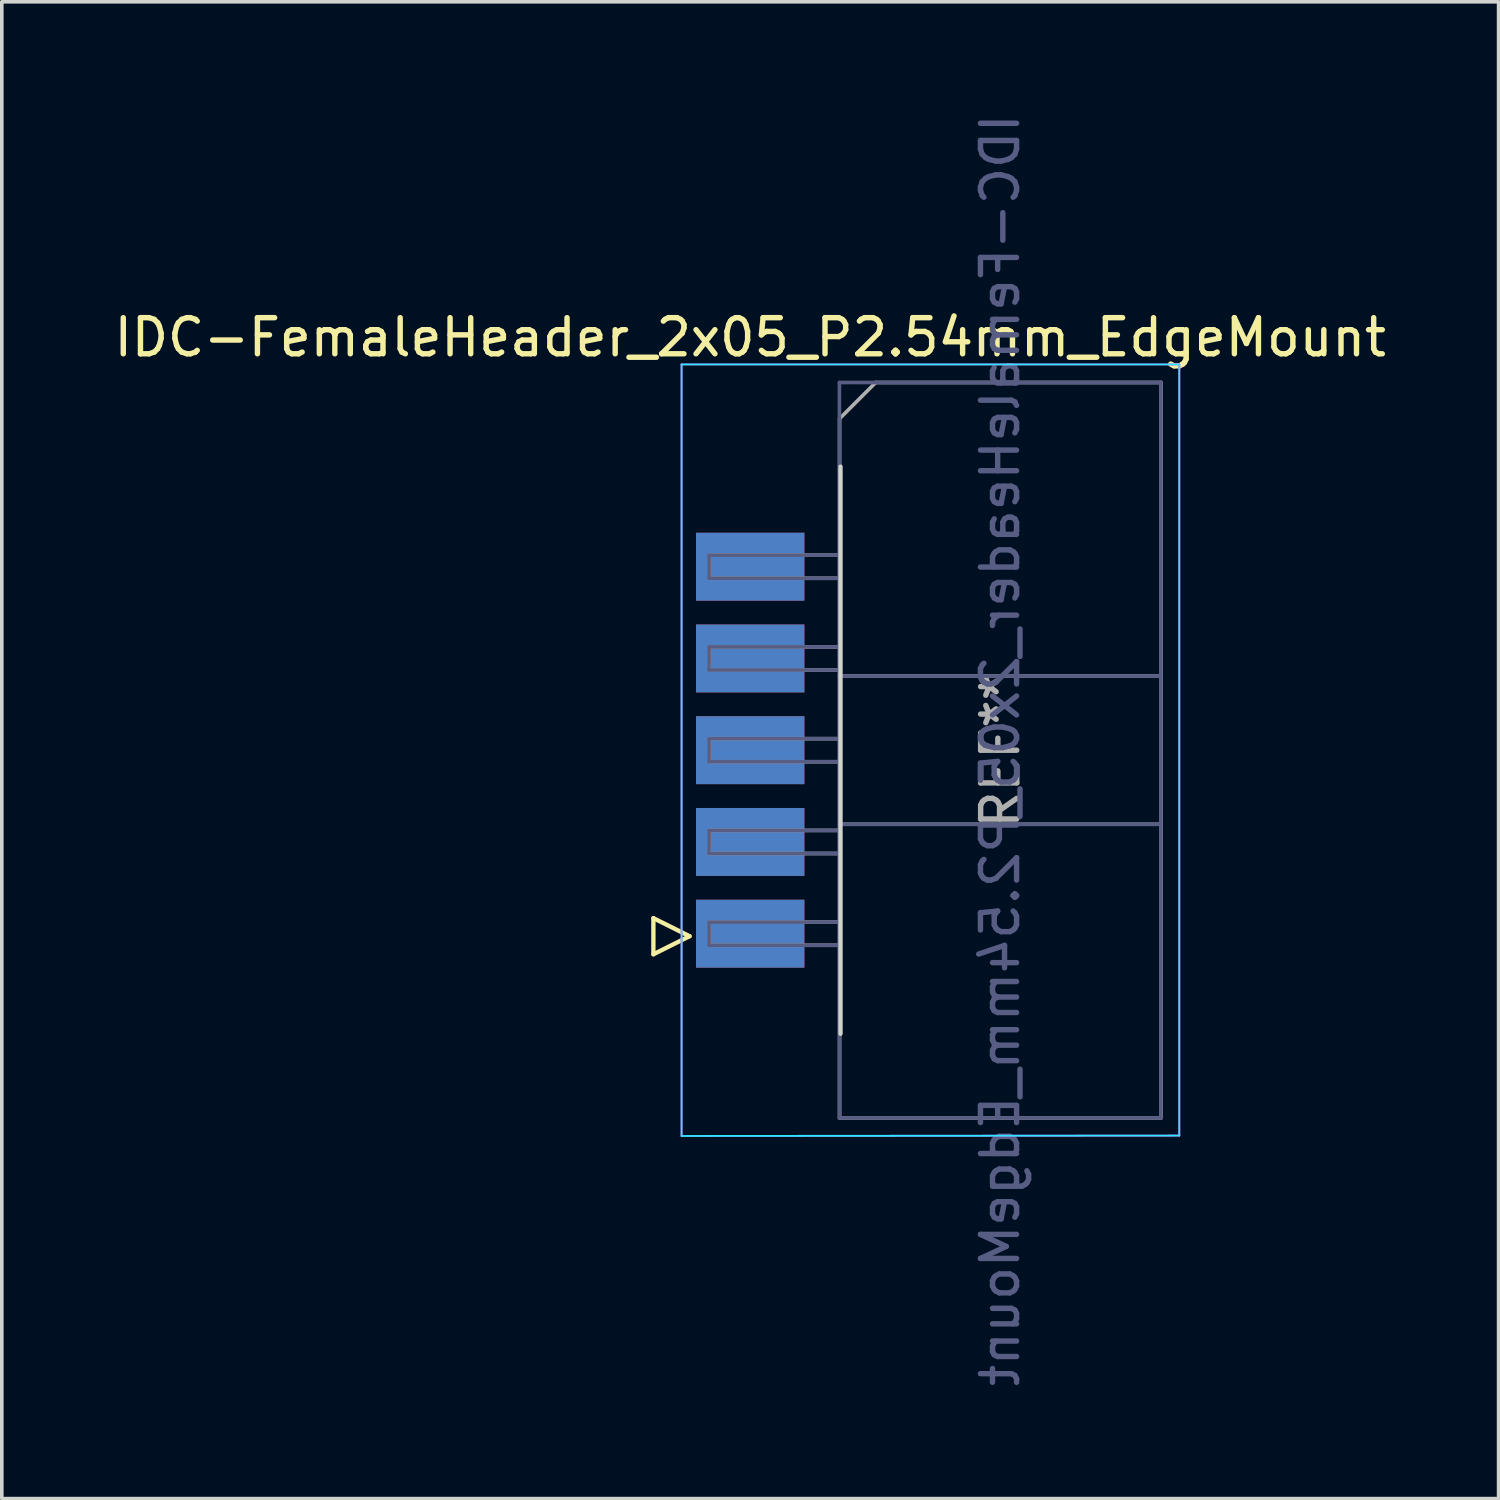
<source format=kicad_pcb>
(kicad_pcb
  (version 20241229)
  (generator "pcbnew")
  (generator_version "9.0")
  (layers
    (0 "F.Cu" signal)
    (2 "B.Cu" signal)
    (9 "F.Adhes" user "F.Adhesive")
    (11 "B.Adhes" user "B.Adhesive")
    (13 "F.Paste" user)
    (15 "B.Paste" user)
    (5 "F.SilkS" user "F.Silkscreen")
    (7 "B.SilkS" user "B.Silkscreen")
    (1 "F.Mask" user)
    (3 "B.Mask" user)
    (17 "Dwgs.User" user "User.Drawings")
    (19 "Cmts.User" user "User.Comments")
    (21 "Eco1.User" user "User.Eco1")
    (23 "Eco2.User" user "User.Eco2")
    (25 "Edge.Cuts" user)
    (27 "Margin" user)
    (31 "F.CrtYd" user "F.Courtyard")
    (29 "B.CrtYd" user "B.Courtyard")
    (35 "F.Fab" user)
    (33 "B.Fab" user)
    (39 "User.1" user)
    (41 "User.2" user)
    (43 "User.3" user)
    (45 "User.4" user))
  (footprint "IDC-FemaleHeader_2x05_P2.54mm_EdgeMount"
    (layer "F.Cu")
    (at 22.84 17.72)
    (property "Reference" "IDC-FemaleHeader_2x05_P2.54mm_EdgeMount" (at -5.12 -11.43 0) (layer "F.SilkS") (effects (font (size 1 1) (thickness 0.15))))
    (attr smd)
    (fp_line (start -7.8 4.65) (end -7.8 5.65) (stroke (width 0.12) (type solid)) (layer "F.SilkS"))
    (fp_line (start -7.8 5.65) (end -6.8 5.15) (stroke (width 0.12) (type solid)) (layer "F.SilkS"))
    (fp_line (start -6.8 5.15) (end -7.8 4.65) (stroke (width 0.12) (type solid)) (layer "F.SilkS"))
    (fp_line (start -2.62 -7.85) (end -2.62 7.85) (stroke (width 0.12) (type solid)) (layer "Edge.Cuts"))
    (fp_line (start -7.02 -10.68) (end -7.02 10.68) (stroke (width 0.05) (type solid)) (layer "B.CrtYd"))
    (fp_line (start -7.02 10.68) (end 6.76 10.67) (stroke (width 0.05) (type solid)) (layer "B.CrtYd"))
    (fp_line (start 6.76 -10.68) (end -7.02 -10.68) (stroke (width 0.05) (type solid)) (layer "B.CrtYd"))
    (fp_line (start 6.76 10.67) (end 6.76 -10.68) (stroke (width 0.05) (type solid)) (layer "B.CrtYd"))
    (fp_line (start -7.02 -10.68) (end -7.02 10.68) (stroke (width 0.05) (type solid)) (layer "F.CrtYd"))
    (fp_line (start -7.02 10.68) (end 6.76 10.67) (stroke (width 0.05) (type solid)) (layer "F.CrtYd"))
    (fp_line (start 6.76 -10.68) (end -7.02 -10.68) (stroke (width 0.05) (type solid)) (layer "F.CrtYd"))
    (fp_line (start 6.76 10.67) (end 6.76 -10.68) (stroke (width 0.05) (type solid)) (layer "F.CrtYd"))
    (fp_line (start -6.26 -5.39) (end -6.261 -4.762) (stroke (width 0.1) (type solid)) (layer "B.Fab"))
    (fp_line (start -6.26 -4.76) (end -2.65 -4.76) (stroke (width 0.1) (type solid)) (layer "B.Fab"))
    (fp_line (start -6.26 -2.85) (end -6.261 -2.222) (stroke (width 0.1) (type solid)) (layer "B.Fab"))
    (fp_line (start -6.26 -2.22) (end -2.65 -2.22) (stroke (width 0.1) (type solid)) (layer "B.Fab"))
    (fp_line (start -6.26 -0.31) (end -6.261 0.318) (stroke (width 0.1) (type solid)) (layer "B.Fab"))
    (fp_line (start -6.26 0.32) (end -2.65 0.32) (stroke (width 0.1) (type solid)) (layer "B.Fab"))
    (fp_line (start -6.26 2.23) (end -6.261 2.858) (stroke (width 0.1) (type solid)) (layer "B.Fab"))
    (fp_line (start -6.26 2.86) (end -2.65 2.86) (stroke (width 0.1) (type solid)) (layer "B.Fab"))
    (fp_line (start -6.26 4.77) (end -6.261 5.398) (stroke (width 0.1) (type solid)) (layer "B.Fab"))
    (fp_line (start -6.26 5.4) (end -2.65 5.4) (stroke (width 0.1) (type solid)) (layer "B.Fab"))
    (fp_line (start -2.65 -10.18) (end 6.25 -10.18) (stroke (width 0.1) (type solid)) (layer "B.Fab"))
    (fp_line (start -2.65 -5.4) (end -6.26 -5.4) (stroke (width 0.1) (type solid)) (layer "B.Fab"))
    (fp_line (start -2.65 -2.86) (end -6.26 -2.86) (stroke (width 0.1) (type solid)) (layer "B.Fab"))
    (fp_line (start -2.65 -2.05) (end 6.25 -2.05) (stroke (width 0.1) (type solid)) (layer "B.Fab"))
    (fp_line (start -2.65 -0.32) (end -6.26 -0.32) (stroke (width 0.1) (type solid)) (layer "B.Fab"))
    (fp_line (start -2.65 2.05) (end 6.25 2.05) (stroke (width 0.1) (type solid)) (layer "B.Fab"))
    (fp_line (start -2.65 2.22) (end -6.26 2.22) (stroke (width 0.1) (type solid)) (layer "B.Fab"))
    (fp_line (start -2.65 4.76) (end -6.26 4.76) (stroke (width 0.1) (type solid)) (layer "B.Fab"))
    (fp_line (start -2.65 10.18) (end -2.65 -10.18) (stroke (width 0.1) (type solid)) (layer "B.Fab"))
    (fp_line (start 6.25 -10.18) (end 6.25 10.18) (stroke (width 0.1) (type solid)) (layer "B.Fab"))
    (fp_line (start 6.25 10.18) (end -2.65 10.18) (stroke (width 0.1) (type solid)) (layer "B.Fab"))
    (fp_line (start -6.255 -5.39) (end -6.256 -4.762) (stroke (width 0.1) (type solid)) (layer "F.Fab"))
    (fp_line (start -6.255 -4.76) (end -2.645 -4.76) (stroke (width 0.1) (type solid)) (layer "F.Fab"))
    (fp_line (start -6.255 -2.85) (end -6.256 -2.222) (stroke (width 0.1) (type solid)) (layer "F.Fab"))
    (fp_line (start -6.255 -2.22) (end -2.645 -2.22) (stroke (width 0.1) (type solid)) (layer "F.Fab"))
    (fp_line (start -6.255 -0.31) (end -6.256 0.318) (stroke (width 0.1) (type solid)) (layer "F.Fab"))
    (fp_line (start -6.255 0.32) (end -2.645 0.32) (stroke (width 0.1) (type solid)) (layer "F.Fab"))
    (fp_line (start -6.255 2.23) (end -6.256 2.858) (stroke (width 0.1) (type solid)) (layer "F.Fab"))
    (fp_line (start -6.255 2.86) (end -2.645 2.86) (stroke (width 0.1) (type solid)) (layer "F.Fab"))
    (fp_line (start -6.255 4.77) (end -6.256 5.398) (stroke (width 0.1) (type solid)) (layer "F.Fab"))
    (fp_line (start -6.255 5.4) (end -2.645 5.4) (stroke (width 0.1) (type solid)) (layer "F.Fab"))
    (fp_line (start -2.645 -9.18) (end -1.645 -10.18) (stroke (width 0.1) (type solid)) (layer "F.Fab"))
    (fp_line (start -2.645 -5.4) (end -6.255 -5.4) (stroke (width 0.1) (type solid)) (layer "F.Fab"))
    (fp_line (start -2.645 -2.86) (end -6.255 -2.86) (stroke (width 0.1) (type solid)) (layer "F.Fab"))
    (fp_line (start -2.645 -2.05) (end 6.255 -2.05) (stroke (width 0.1) (type solid)) (layer "F.Fab"))
    (fp_line (start -2.645 -0.32) (end -6.255 -0.32) (stroke (width 0.1) (type solid)) (layer "F.Fab"))
    (fp_line (start -2.645 2.05) (end 6.255 2.05) (stroke (width 0.1) (type solid)) (layer "F.Fab"))
    (fp_line (start -2.645 2.22) (end -6.255 2.22) (stroke (width 0.1) (type solid)) (layer "F.Fab"))
    (fp_line (start -2.645 4.76) (end -6.255 4.76) (stroke (width 0.1) (type solid)) (layer "F.Fab"))
    (fp_line (start -2.645 10.18) (end -2.645 -9.18) (stroke (width 0.1) (type solid)) (layer "F.Fab"))
    (fp_line (start -1.645 -10.18) (end 6.255 -10.18) (stroke (width 0.1) (type solid)) (layer "F.Fab"))
    (fp_line (start 6.255 -10.18) (end 6.255 10.18) (stroke (width 0.1) (type solid)) (layer "F.Fab"))
    (fp_line (start 6.255 10.18) (end -2.645 10.18) (stroke (width 0.1) (type solid)) (layer "F.Fab"))
    (fp_text user "${REFERENCE}" (at 1.8 0 90) (layer "B.Fab") (effects (font (size 1 1) (thickness 0.15)) (justify mirror)))
    (fp_text user "REF**" (at 1.805 0 90) (layer "F.Fab") (effects (font (size 1 1) (thickness 0.15))))
    (pad "1" smd rect (at -5.12 5.08) (size 3 1.88) (layers "F.Cu" "F.Mask"))
    (pad "2" smd rect (at -5.12 5.08) (size 3 1.88) (layers "B.Cu" "B.Mask"))
    (pad "3" smd rect (at -5.12 2.54) (size 3 1.88) (layers "F.Cu" "F.Mask"))
    (pad "4" smd rect (at -5.12 2.54) (size 3 1.88) (layers "B.Cu" "B.Mask"))
    (pad "5" smd rect (at -5.12 0) (size 3 1.88) (layers "F.Cu" "F.Mask"))
    (pad "6" smd rect (at -5.12 0) (size 3 1.88) (layers "B.Cu" "B.Mask"))
    (pad "7" smd rect (at -5.12 -2.54) (size 3 1.88) (layers "F.Cu" "F.Mask"))
    (pad "8" smd rect (at -5.12 -2.54) (size 3 1.88) (layers "B.Cu" "B.Mask"))
    (pad "9" smd rect (at -5.12 -5.08) (size 3 1.88) (layers "F.Cu" "F.Mask"))
    (pad "10" smd rect (at -5.12 -5.08) (size 3 1.88) (layers "B.Cu" "B.Mask")))
  (gr_rect
    (start -3 -3)
    (end 38.44 38.44)
    (stroke (width 0.1) (type default))
    (fill no)
    (layer "Edge.Cuts")))
</source>
